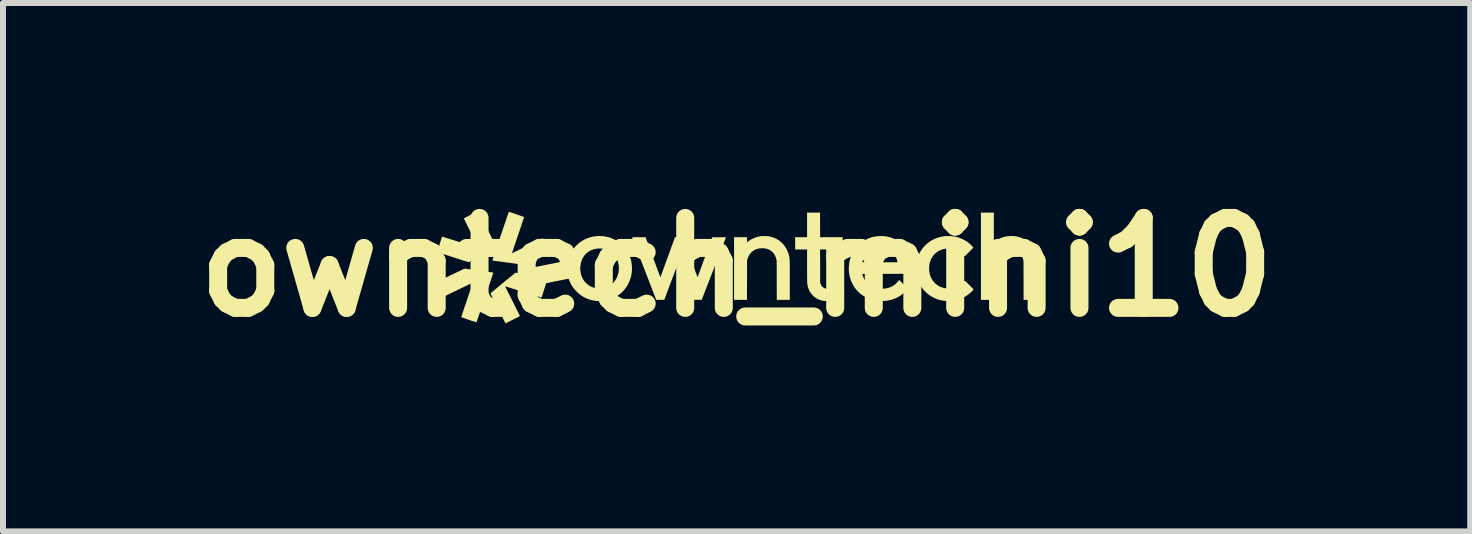
<source format=kicad_pcb>
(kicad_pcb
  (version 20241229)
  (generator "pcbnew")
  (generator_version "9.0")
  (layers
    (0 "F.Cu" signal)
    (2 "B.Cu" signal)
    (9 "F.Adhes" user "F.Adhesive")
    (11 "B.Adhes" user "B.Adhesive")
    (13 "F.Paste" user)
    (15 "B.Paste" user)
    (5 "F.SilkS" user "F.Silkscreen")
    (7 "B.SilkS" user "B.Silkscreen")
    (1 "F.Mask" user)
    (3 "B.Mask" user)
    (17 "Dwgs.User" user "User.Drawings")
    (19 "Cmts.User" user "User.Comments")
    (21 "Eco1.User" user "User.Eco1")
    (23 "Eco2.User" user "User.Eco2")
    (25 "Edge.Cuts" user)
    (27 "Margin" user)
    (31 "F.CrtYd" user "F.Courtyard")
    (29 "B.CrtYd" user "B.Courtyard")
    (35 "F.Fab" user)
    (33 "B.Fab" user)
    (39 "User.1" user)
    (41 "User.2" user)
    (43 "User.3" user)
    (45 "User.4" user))
  (footprint "owntech_mini10"
    (layer "F.Cu")
    (at 9.229 1.404)
    (property "Reference" "owntech_mini10" (at 0 0 0) (layer "F.SilkS") (effects (font (size 1.5 1.5) (thickness 0.3))))
    (attr board_only exclude_from_pos_files exclude_from_bom)
    (fp_poly (pts (xy 1.282 -0.91) (xy 1.39 -0.91) (xy 1.391 -0.705) (xy 1.391 -0.5) (xy 1.579 -0.5) (xy 1.767 -0.5) (xy 1.767 -0.398) (xy 1.767 -0.296) (xy 1.579 -0.296) (xy 1.391 -0.296) (xy 1.392 -0.022) (xy 1.392 0.251) (xy 1.396 0.266) (xy 1.404 0.288) (xy 1.413 0.306) (xy 1.425 0.322) (xy 1.439 0.335) (xy 1.456 0.345) (xy 1.474 0.353) (xy 1.479 0.354) (xy 1.501 0.358) (xy 1.524 0.359) (xy 1.548 0.357) (xy 1.57 0.352) (xy 1.591 0.345) (xy 1.599 0.341) (xy 1.613 0.334) (xy 1.625 0.325) (xy 1.638 0.314) (xy 1.651 0.3) (xy 1.652 0.3) (xy 1.658 0.294) (xy 1.663 0.288) (xy 1.667 0.284) (xy 1.669 0.283) (xy 1.669 0.283) (xy 1.67 0.284) (xy 1.674 0.288) (xy 1.679 0.294) (xy 1.686 0.303) (xy 1.695 0.313) (xy 1.704 0.324) (xy 1.715 0.337) (xy 1.726 0.351) (xy 1.731 0.356) (xy 1.743 0.37) (xy 1.754 0.384) (xy 1.764 0.396) (xy 1.773 0.407) (xy 1.781 0.417) (xy 1.787 0.424) (xy 1.791 0.43) (xy 1.794 0.433) (xy 1.794 0.433) (xy 1.795 0.434) (xy 1.795 0.436) (xy 1.794 0.438) (xy 1.791 0.442) (xy 1.786 0.447) (xy 1.78 0.454) (xy 1.777 0.456) (xy 1.751 0.481) (xy 1.724 0.502) (xy 1.696 0.52) (xy 1.667 0.535) (xy 1.637 0.546) (xy 1.605 0.555) (xy 1.571 0.561) (xy 1.565 0.562) (xy 1.557 0.563) (xy 1.546 0.563) (xy 1.534 0.563) (xy 1.52 0.564) (xy 1.506 0.563) (xy 1.492 0.563) (xy 1.479 0.563) (xy 1.469 0.562) (xy 1.461 0.562) (xy 1.46 0.562) (xy 1.425 0.556) (xy 1.391 0.546) (xy 1.36 0.534) (xy 1.331 0.519) (xy 1.303 0.501) (xy 1.278 0.48) (xy 1.256 0.457) (xy 1.236 0.432) (xy 1.218 0.404) (xy 1.204 0.374) (xy 1.192 0.342) (xy 1.183 0.308) (xy 1.181 0.296) (xy 1.18 0.29) (xy 1.179 0.285) (xy 1.178 0.28) (xy 1.178 0.274) (xy 1.177 0.268) (xy 1.177 0.261) (xy 1.176 0.253) (xy 1.176 0.244) (xy 1.175 0.234) (xy 1.175 0.222) (xy 1.175 0.209) (xy 1.175 0.194) (xy 1.175 0.176) (xy 1.174 0.157) (xy 1.174 0.135) (xy 1.174 0.11) (xy 1.174 0.082) (xy 1.174 0.052) (xy 1.174 0.018) (xy 1.174 -0.019) (xy 1.174 -0.027) (xy 1.174 -0.296) (xy 1.075 -0.296) (xy 0.975 -0.296) (xy 0.975 -0.398) (xy 0.975 -0.5) (xy 1.075 -0.5) (xy 1.174 -0.5) (xy 1.174 -0.705) (xy 1.174 -0.91)) (stroke (width 0) (type solid)) (fill yes) (layer "F.SilkS"))
    (fp_poly (pts (xy 0.485 -0.519) (xy 0.501 -0.518) (xy 0.514 -0.518) (xy 0.527 -0.516) (xy 0.54 -0.514) (xy 0.554 -0.511) (xy 0.569 -0.508) (xy 0.575 -0.506) (xy 0.611 -0.495) (xy 0.645 -0.481) (xy 0.678 -0.464) (xy 0.709 -0.444) (xy 0.738 -0.421) (xy 0.764 -0.395) (xy 0.789 -0.367) (xy 0.811 -0.337) (xy 0.83 -0.305) (xy 0.847 -0.271) (xy 0.861 -0.235) (xy 0.872 -0.198) (xy 0.879 -0.166) (xy 0.879 -0.161) (xy 0.88 -0.155) (xy 0.881 -0.15) (xy 0.882 -0.144) (xy 0.882 -0.138) (xy 0.883 -0.131) (xy 0.883 -0.123) (xy 0.884 -0.114) (xy 0.884 -0.104) (xy 0.884 -0.093) (xy 0.885 -0.08) (xy 0.885 -0.065) (xy 0.885 -0.049) (xy 0.885 -0.03) (xy 0.885 -0.01) (xy 0.886 0.014) (xy 0.886 0.039) (xy 0.886 0.068) (xy 0.886 0.099) (xy 0.886 0.134) (xy 0.886 0.171) (xy 0.886 0.213) (xy 0.886 0.225) (xy 0.886 0.544) (xy 0.777 0.544) (xy 0.669 0.544) (xy 0.668 0.221) (xy 0.668 0.181) (xy 0.668 0.144) (xy 0.668 0.111) (xy 0.668 0.081) (xy 0.668 0.053) (xy 0.668 0.029) (xy 0.668 0.007) (xy 0.668 -0.013) (xy 0.667 -0.03) (xy 0.667 -0.045) (xy 0.667 -0.058) (xy 0.667 -0.069) (xy 0.667 -0.078) (xy 0.667 -0.087) (xy 0.667 -0.093) (xy 0.666 -0.099) (xy 0.666 -0.104) (xy 0.666 -0.108) (xy 0.665 -0.111) (xy 0.665 -0.114) (xy 0.665 -0.117) (xy 0.664 -0.119) (xy 0.664 -0.121) (xy 0.656 -0.152) (xy 0.646 -0.18) (xy 0.633 -0.206) (xy 0.618 -0.229) (xy 0.6 -0.25) (xy 0.579 -0.268) (xy 0.557 -0.284) (xy 0.532 -0.296) (xy 0.505 -0.306) (xy 0.475 -0.312) (xy 0.472 -0.313) (xy 0.462 -0.314) (xy 0.448 -0.315) (xy 0.434 -0.316) (xy 0.419 -0.316) (xy 0.405 -0.315) (xy 0.393 -0.315) (xy 0.386 -0.314) (xy 0.355 -0.308) (xy 0.326 -0.299) (xy 0.299 -0.287) (xy 0.275 -0.272) (xy 0.252 -0.254) (xy 0.232 -0.234) (xy 0.215 -0.212) (xy 0.2 -0.186) (xy 0.188 -0.159) (xy 0.179 -0.129) (xy 0.178 -0.123) (xy 0.173 -0.105) (xy 0.173 0.219) (xy 0.172 0.544) (xy 0.065 0.544) (xy -0.043 0.544) (xy -0.043 0.022) (xy -0.043 -0.5) (xy 0.065 -0.5) (xy 0.172 -0.5) (xy 0.172 -0.457) (xy 0.172 -0.414) (xy 0.185 -0.425) (xy 0.209 -0.443) (xy 0.236 -0.46) (xy 0.264 -0.475) (xy 0.295 -0.488) (xy 0.326 -0.499) (xy 0.357 -0.508) (xy 0.365 -0.51) (xy 0.38 -0.513) (xy 0.393 -0.515) (xy 0.405 -0.517) (xy 0.417 -0.518) (xy 0.431 -0.519) (xy 0.445 -0.519) (xy 0.463 -0.519) (xy 0.466 -0.519)) (stroke (width 0) (type solid)) (fill yes) (layer "F.SilkS"))
    (fp_poly (pts (xy 4.287 -0.662) (xy 4.287 -0.414) (xy 4.3 -0.425) (xy 4.323 -0.443) (xy 4.349 -0.459) (xy 4.377 -0.474) (xy 4.406 -0.488) (xy 4.436 -0.499) (xy 4.465 -0.507) (xy 4.473 -0.509) (xy 4.512 -0.515) (xy 4.552 -0.519) (xy 4.592 -0.52) (xy 4.631 -0.517) (xy 4.665 -0.513) (xy 4.702 -0.504) (xy 4.738 -0.492) (xy 4.773 -0.477) (xy 4.805 -0.46) (xy 4.835 -0.439) (xy 4.863 -0.416) (xy 4.889 -0.39) (xy 4.913 -0.362) (xy 4.934 -0.331) (xy 4.952 -0.299) (xy 4.968 -0.264) (xy 4.98 -0.227) (xy 4.989 -0.191) (xy 4.991 -0.185) (xy 4.992 -0.18) (xy 4.993 -0.175) (xy 4.993 -0.17) (xy 4.994 -0.166) (xy 4.995 -0.161) (xy 4.996 -0.155) (xy 4.996 -0.15) (xy 4.997 -0.143) (xy 4.997 -0.136) (xy 4.998 -0.127) (xy 4.998 -0.118) (xy 4.998 -0.107) (xy 4.999 -0.094) (xy 4.999 -0.08) (xy 4.999 -0.064) (xy 4.999 -0.045) (xy 4.999 -0.025) (xy 4.999 -0.002) (xy 4.999 0.024) (xy 4.999 0.052) (xy 5 0.083) (xy 5 0.118) (xy 5 0.155) (xy 5 0.196) (xy 5 0.206) (xy 5 0.544) (xy 4.892 0.544) (xy 4.783 0.544) (xy 4.783 0.22) (xy 4.783 0.18) (xy 4.782 0.143) (xy 4.782 0.109) (xy 4.782 0.078) (xy 4.782 0.051) (xy 4.782 0.026) (xy 4.782 0.004) (xy 4.782 -0.016) (xy 4.782 -0.033) (xy 4.782 -0.048) (xy 4.782 -0.061) (xy 4.781 -0.073) (xy 4.781 -0.082) (xy 4.781 -0.09) (xy 4.781 -0.097) (xy 4.781 -0.103) (xy 4.78 -0.107) (xy 4.78 -0.111) (xy 4.78 -0.114) (xy 4.779 -0.117) (xy 4.779 -0.119) (xy 4.771 -0.15) (xy 4.761 -0.179) (xy 4.748 -0.205) (xy 4.734 -0.228) (xy 4.716 -0.249) (xy 4.696 -0.266) (xy 4.674 -0.282) (xy 4.656 -0.291) (xy 4.634 -0.301) (xy 4.613 -0.308) (xy 4.59 -0.312) (xy 4.566 -0.315) (xy 4.541 -0.316) (xy 4.509 -0.314) (xy 4.48 -0.31) (xy 4.452 -0.303) (xy 4.426 -0.292) (xy 4.4 -0.279) (xy 4.393 -0.275) (xy 4.382 -0.266) (xy 4.37 -0.256) (xy 4.357 -0.244) (xy 4.345 -0.231) (xy 4.335 -0.219) (xy 4.327 -0.208) (xy 4.325 -0.206) (xy 4.312 -0.181) (xy 4.301 -0.153) (xy 4.293 -0.125) (xy 4.289 -0.099) (xy 4.289 -0.095) (xy 4.288 -0.089) (xy 4.288 -0.079) (xy 4.288 -0.065) (xy 4.288 -0.049) (xy 4.287 -0.03) (xy 4.287 -0.007) (xy 4.287 0.019) (xy 4.287 0.048) (xy 4.287 0.081) (xy 4.287 0.117) (xy 4.287 0.157) (xy 4.287 0.2) (xy 4.287 0.23) (xy 4.287 0.544) (xy 4.179 0.544) (xy 4.072 0.544) (xy 4.072 -0.183) (xy 4.072 -0.91) (xy 4.179 -0.91) (xy 4.287 -0.91)) (stroke (width 0) (type solid)) (fill yes) (layer "F.SilkS"))
    (fp_poly (pts (xy -2.248 -0.519) (xy -2.204 -0.514) (xy -2.162 -0.506) (xy -2.12 -0.495) (xy -2.112 -0.493) (xy -2.071 -0.477) (xy -2.031 -0.459) (xy -1.994 -0.437) (xy -1.959 -0.413) (xy -1.926 -0.387) (xy -1.895 -0.358) (xy -1.867 -0.326) (xy -1.841 -0.293) (xy -1.818 -0.257) (xy -1.798 -0.22) (xy -1.781 -0.181) (xy -1.767 -0.14) (xy -1.756 -0.098) (xy -1.753 -0.078) (xy -1.748 -0.04) (xy -1.745 0.001) (xy -1.745 0.041) (xy -1.748 0.082) (xy -1.753 0.121) (xy -1.755 0.131) (xy -1.766 0.175) (xy -1.78 0.217) (xy -1.797 0.257) (xy -1.816 0.295) (xy -1.839 0.332) (xy -1.865 0.367) (xy -1.893 0.399) (xy -1.925 0.429) (xy -1.958 0.457) (xy -1.983 0.474) (xy -2.02 0.497) (xy -2.059 0.517) (xy -2.1 0.533) (xy -2.142 0.546) (xy -2.186 0.556) (xy -2.231 0.562) (xy -2.232 0.562) (xy -2.242 0.563) (xy -2.254 0.563) (xy -2.268 0.563) (xy -2.283 0.564) (xy -2.299 0.563) (xy -2.314 0.563) (xy -2.327 0.563) (xy -2.338 0.562) (xy -2.344 0.562) (xy -2.387 0.555) (xy -2.429 0.546) (xy -2.47 0.533) (xy -2.51 0.517) (xy -2.548 0.498) (xy -2.584 0.476) (xy -2.619 0.451) (xy -2.651 0.423) (xy -2.681 0.393) (xy -2.709 0.361) (xy -2.735 0.326) (xy -2.757 0.289) (xy -2.777 0.25) (xy -2.789 0.222) (xy -2.8 0.193) (xy -2.808 0.165) (xy -2.815 0.137) (xy -2.821 0.106) (xy -2.822 0.099) (xy -2.824 0.085) (xy -2.825 0.067) (xy -2.826 0.047) (xy -2.827 0.027) (xy -2.827 0.023) (xy -2.607 0.023) (xy -2.605 0.057) (xy -2.6 0.092) (xy -2.592 0.126) (xy -2.581 0.158) (xy -2.569 0.184) (xy -2.553 0.212) (xy -2.535 0.237) (xy -2.513 0.261) (xy -2.49 0.283) (xy -2.464 0.303) (xy -2.44 0.317) (xy -2.422 0.326) (xy -2.401 0.334) (xy -2.38 0.341) (xy -2.358 0.347) (xy -2.337 0.351) (xy -2.332 0.352) (xy -2.323 0.353) (xy -2.311 0.353) (xy -2.298 0.354) (xy -2.284 0.354) (xy -2.27 0.354) (xy -2.258 0.353) (xy -2.247 0.353) (xy -2.243 0.352) (xy -2.229 0.35) (xy -2.212 0.346) (xy -2.195 0.342) (xy -2.179 0.337) (xy -2.165 0.332) (xy -2.164 0.332) (xy -2.134 0.318) (xy -2.106 0.301) (xy -2.079 0.281) (xy -2.056 0.259) (xy -2.034 0.234) (xy -2.015 0.206) (xy -2.002 0.182) (xy -1.988 0.152) (xy -1.978 0.121) (xy -1.97 0.09) (xy -1.965 0.056) (xy -1.964 0.044) (xy -1.963 0.008) (xy -1.966 -0.028) (xy -1.972 -0.063) (xy -1.981 -0.096) (xy -1.994 -0.129) (xy -2 -0.14) (xy -2.016 -0.17) (xy -2.036 -0.197) (xy -2.057 -0.221) (xy -2.081 -0.243) (xy -2.108 -0.261) (xy -2.136 -0.278) (xy -2.166 -0.291) (xy -2.197 -0.301) (xy -2.23 -0.308) (xy -2.265 -0.311) (xy -2.286 -0.312) (xy -2.321 -0.31) (xy -2.355 -0.305) (xy -2.387 -0.297) (xy -2.418 -0.286) (xy -2.447 -0.272) (xy -2.475 -0.255) (xy -2.5 -0.235) (xy -2.523 -0.213) (xy -2.543 -0.188) (xy -2.561 -0.16) (xy -2.57 -0.143) (xy -2.584 -0.112) (xy -2.594 -0.08) (xy -2.601 -0.046) (xy -2.606 -0.012) (xy -2.607 0.023) (xy -2.827 0.023) (xy -2.827 0.007) (xy -2.827 -0.012) (xy -2.826 -0.03) (xy -2.825 -0.042) (xy -2.818 -0.086) (xy -2.808 -0.129) (xy -2.794 -0.171) (xy -2.778 -0.211) (xy -2.758 -0.25) (xy -2.735 -0.287) (xy -2.709 -0.322) (xy -2.681 -0.354) (xy -2.672 -0.363) (xy -2.64 -0.393) (xy -2.606 -0.419) (xy -2.569 -0.443) (xy -2.531 -0.464) (xy -2.491 -0.482) (xy -2.45 -0.496) (xy -2.407 -0.507) (xy -2.378 -0.513) (xy -2.335 -0.518) (xy -2.291 -0.52)) (stroke (width 0) (type solid)) (fill yes) (layer "F.SilkS"))
    (fp_poly (pts (xy 2.434 -0.519) (xy 2.477 -0.515) (xy 2.519 -0.508) (xy 2.56 -0.498) (xy 2.599 -0.484) (xy 2.636 -0.467) (xy 2.672 -0.447) (xy 2.684 -0.439) (xy 2.717 -0.415) (xy 2.747 -0.388) (xy 2.775 -0.359) (xy 2.8 -0.328) (xy 2.823 -0.294) (xy 2.843 -0.258) (xy 2.86 -0.22) (xy 2.874 -0.181) (xy 2.884 -0.14) (xy 2.892 -0.097) (xy 2.894 -0.086) (xy 2.896 -0.065) (xy 2.897 -0.046) (xy 2.898 -0.027) (xy 2.898 -0.009) (xy 2.897 0.011) (xy 2.894 0.032) (xy 2.891 0.055) (xy 2.888 0.08) (xy 2.883 0.11) (xy 2.488 0.111) (xy 2.094 0.111) (xy 2.096 0.119) (xy 2.099 0.133) (xy 2.105 0.148) (xy 2.111 0.165) (xy 2.118 0.181) (xy 2.123 0.192) (xy 2.14 0.22) (xy 2.159 0.246) (xy 2.18 0.27) (xy 2.204 0.291) (xy 2.231 0.309) (xy 2.26 0.324) (xy 2.291 0.337) (xy 2.324 0.347) (xy 2.359 0.354) (xy 2.371 0.356) (xy 2.381 0.357) (xy 2.394 0.358) (xy 2.408 0.358) (xy 2.423 0.358) (xy 2.437 0.358) (xy 2.451 0.358) (xy 2.463 0.357) (xy 2.471 0.356) (xy 2.507 0.35) (xy 2.539 0.341) (xy 2.57 0.329) (xy 2.598 0.315) (xy 2.625 0.298) (xy 2.65 0.278) (xy 2.674 0.255) (xy 2.69 0.237) (xy 2.71 0.213) (xy 2.781 0.286) (xy 2.852 0.358) (xy 2.841 0.372) (xy 2.812 0.405) (xy 2.781 0.434) (xy 2.747 0.461) (xy 2.712 0.485) (xy 2.674 0.506) (xy 2.635 0.523) (xy 2.593 0.538) (xy 2.549 0.55) (xy 2.503 0.559) (xy 2.5 0.559) (xy 2.494 0.56) (xy 2.484 0.561) (xy 2.472 0.561) (xy 2.459 0.562) (xy 2.444 0.562) (xy 2.429 0.563) (xy 2.414 0.563) (xy 2.4 0.563) (xy 2.387 0.563) (xy 2.376 0.563) (xy 2.368 0.563) (xy 2.365 0.563) (xy 2.318 0.556) (xy 2.273 0.547) (xy 2.23 0.534) (xy 2.189 0.518) (xy 2.15 0.499) (xy 2.112 0.478) (xy 2.077 0.453) (xy 2.044 0.426) (xy 2.013 0.396) (xy 1.985 0.363) (xy 1.965 0.336) (xy 1.942 0.3) (xy 1.923 0.263) (xy 1.906 0.224) (xy 1.893 0.184) (xy 1.882 0.143) (xy 1.875 0.101) (xy 1.87 0.059) (xy 1.869 0.016) (xy 1.871 -0.026) (xy 1.876 -0.068) (xy 1.879 -0.085) (xy 2.096 -0.085) (xy 2.096 -0.085) (xy 2.096 -0.085) (xy 2.097 -0.084) (xy 2.099 -0.084) (xy 2.102 -0.084) (xy 2.105 -0.083) (xy 2.11 -0.083) (xy 2.116 -0.083) (xy 2.124 -0.083) (xy 2.134 -0.083) (xy 2.145 -0.082) (xy 2.158 -0.082) (xy 2.174 -0.082) (xy 2.192 -0.082) (xy 2.212 -0.082) (xy 2.235 -0.082) (xy 2.261 -0.082) (xy 2.29 -0.082) (xy 2.323 -0.082) (xy 2.358 -0.082) (xy 2.389 -0.082) (xy 2.682 -0.082) (xy 2.68 -0.088) (xy 2.672 -0.122) (xy 2.662 -0.153) (xy 2.648 -0.182) (xy 2.633 -0.208) (xy 2.615 -0.231) (xy 2.594 -0.252) (xy 2.579 -0.265) (xy 2.556 -0.279) (xy 2.531 -0.292) (xy 2.504 -0.302) (xy 2.475 -0.309) (xy 2.448 -0.314) (xy 2.438 -0.315) (xy 2.425 -0.315) (xy 2.411 -0.316) (xy 2.396 -0.316) (xy 2.382 -0.315) (xy 2.369 -0.315) (xy 2.358 -0.314) (xy 2.356 -0.314) (xy 2.322 -0.308) (xy 2.29 -0.299) (xy 2.259 -0.287) (xy 2.231 -0.272) (xy 2.204 -0.255) (xy 2.18 -0.235) (xy 2.159 -0.212) (xy 2.14 -0.186) (xy 2.123 -0.158) (xy 2.119 -0.15) (xy 2.116 -0.142) (xy 2.112 -0.133) (xy 2.108 -0.123) (xy 2.104 -0.113) (xy 2.1 -0.103) (xy 2.098 -0.095) (xy 2.096 -0.088) (xy 2.096 -0.085) (xy 1.879 -0.085) (xy 1.884 -0.11) (xy 1.895 -0.151) (xy 1.909 -0.191) (xy 1.926 -0.229) (xy 1.947 -0.266) (xy 1.952 -0.274) (xy 1.977 -0.311) (xy 2.005 -0.344) (xy 2.035 -0.375) (xy 2.067 -0.403) (xy 2.101 -0.428) (xy 2.138 -0.451) (xy 2.169 -0.467) (xy 2.207 -0.484) (xy 2.245 -0.497) (xy 2.285 -0.507) (xy 2.325 -0.514) (xy 2.367 -0.518) (xy 2.389 -0.519)) (stroke (width 0) (type solid)) (fill yes) (layer "F.SilkS"))
    (fp_poly (pts (xy -3.682 0.09) (xy -3.677 0.092) (xy -3.668 0.094) (xy -3.657 0.098) (xy -3.644 0.102) (xy -3.628 0.107) (xy -3.61 0.112) (xy -3.591 0.118) (xy -3.57 0.125) (xy -3.547 0.132) (xy -3.523 0.139) (xy -3.499 0.147) (xy -3.473 0.154) (xy -3.448 0.162) (xy -3.422 0.17) (xy -3.396 0.178) (xy -3.37 0.186) (xy -3.345 0.194) (xy -3.321 0.202) (xy -3.298 0.209) (xy -3.275 0.216) (xy -3.255 0.222) (xy -3.236 0.228) (xy -3.219 0.234) (xy -3.204 0.238) (xy -3.192 0.242) (xy -3.182 0.245) (xy -3.175 0.248) (xy -3.171 0.249) (xy -3.171 0.249) (xy -3.171 0.251) (xy -3.172 0.256) (xy -3.175 0.264) (xy -3.178 0.274) (xy -3.182 0.286) (xy -3.186 0.3) (xy -3.191 0.316) (xy -3.196 0.333) (xy -3.202 0.351) (xy -3.208 0.369) (xy -3.213 0.387) (xy -3.219 0.405) (xy -3.225 0.423) (xy -3.23 0.44) (xy -3.235 0.456) (xy -3.24 0.47) (xy -3.244 0.482) (xy -3.248 0.493) (xy -3.25 0.5) (xy -3.252 0.505) (xy -3.253 0.507) (xy -3.253 0.507) (xy -3.255 0.507) (xy -3.26 0.505) (xy -3.268 0.503) (xy -3.279 0.499) (xy -3.293 0.495) (xy -3.31 0.49) (xy -3.329 0.484) (xy -3.35 0.477) (xy -3.374 0.47) (xy -3.399 0.462) (xy -3.426 0.453) (xy -3.454 0.444) (xy -3.484 0.435) (xy -3.515 0.425) (xy -3.547 0.415) (xy -3.556 0.412) (xy -3.589 0.402) (xy -3.62 0.392) (xy -3.65 0.383) (xy -3.679 0.374) (xy -3.706 0.365) (xy -3.732 0.357) (xy -3.756 0.35) (xy -3.777 0.343) (xy -3.797 0.337) (xy -3.814 0.332) (xy -3.829 0.327) (xy -3.841 0.324) (xy -3.85 0.321) (xy -3.856 0.319) (xy -3.859 0.318) (xy -3.859 0.318) (xy -3.859 0.32) (xy -3.856 0.325) (xy -3.853 0.332) (xy -3.848 0.343) (xy -3.841 0.356) (xy -3.834 0.371) (xy -3.825 0.389) (xy -3.815 0.408) (xy -3.804 0.429) (xy -3.793 0.452) (xy -3.781 0.477) (xy -3.768 0.503) (xy -3.754 0.53) (xy -3.74 0.557) (xy -3.736 0.566) (xy -3.722 0.594) (xy -3.708 0.621) (xy -3.695 0.647) (xy -3.682 0.672) (xy -3.671 0.696) (xy -3.66 0.717) (xy -3.65 0.738) (xy -3.641 0.756) (xy -3.633 0.772) (xy -3.626 0.785) (xy -3.62 0.797) (xy -3.616 0.805) (xy -3.613 0.811) (xy -3.612 0.814) (xy -3.612 0.814) (xy -3.613 0.815) (xy -3.618 0.817) (xy -3.625 0.821) (xy -3.635 0.826) (xy -3.646 0.832) (xy -3.659 0.838) (xy -3.674 0.846) (xy -3.69 0.854) (xy -3.706 0.862) (xy -3.723 0.871) (xy -3.74 0.88) (xy -3.757 0.888) (xy -3.774 0.897) (xy -3.79 0.905) (xy -3.804 0.912) (xy -3.818 0.919) (xy -3.829 0.925) (xy -3.839 0.929) (xy -3.846 0.933) (xy -3.851 0.935) (xy -3.853 0.936) (xy -3.854 0.934) (xy -3.856 0.93) (xy -3.86 0.922) (xy -3.865 0.912) (xy -3.872 0.899) (xy -3.88 0.884) (xy -3.888 0.866) (xy -3.898 0.847) (xy -3.909 0.825) (xy -3.921 0.802) (xy -3.933 0.778) (xy -3.946 0.752) (xy -3.96 0.725) (xy -3.974 0.697) (xy -3.979 0.687) (xy -3.998 0.649) (xy -4.016 0.614) (xy -4.032 0.582) (xy -4.046 0.554) (xy -4.058 0.528) (xy -4.069 0.506) (xy -4.079 0.487) (xy -4.087 0.471) (xy -4.093 0.458) (xy -4.098 0.448) (xy -4.101 0.44) (xy -4.103 0.436) (xy -4.103 0.435) (xy -4.102 0.433) (xy -4.097 0.43) (xy -4.091 0.424) (xy -4.082 0.417) (xy -4.071 0.408) (xy -4.058 0.397) (xy -4.044 0.385) (xy -4.028 0.372) (xy -4.01 0.358) (xy -3.992 0.342) (xy -3.973 0.327) (xy -3.952 0.31) (xy -3.932 0.293) (xy -3.911 0.276) (xy -3.89 0.258) (xy -3.869 0.241) (xy -3.848 0.224) (xy -3.827 0.207) (xy -3.808 0.191) (xy -3.789 0.175) (xy -3.77 0.161) (xy -3.754 0.147) (xy -3.738 0.134) (xy -3.724 0.123) (xy -3.712 0.113) (xy -3.702 0.104) (xy -3.693 0.098) (xy -3.688 0.093) (xy -3.684 0.091) (xy -3.683 0.09)) (stroke (width 0) (type solid)) (fill yes) (layer "F.SilkS"))
    (fp_poly (pts (xy -4.306 -0.933) (xy -4.306 -0.933) (xy -4.305 -0.931) (xy -4.302 -0.926) (xy -4.298 -0.918) (xy -4.293 -0.908) (xy -4.286 -0.895) (xy -4.279 -0.88) (xy -4.27 -0.863) (xy -4.261 -0.845) (xy -4.25 -0.825) (xy -4.24 -0.803) (xy -4.228 -0.78) (xy -4.216 -0.757) (xy -4.204 -0.733) (xy -4.192 -0.708) (xy -4.179 -0.683) (xy -4.167 -0.658) (xy -4.154 -0.633) (xy -4.142 -0.609) (xy -4.13 -0.585) (xy -4.118 -0.562) (xy -4.107 -0.54) (xy -4.097 -0.519) (xy -4.087 -0.5) (xy -4.078 -0.482) (xy -4.07 -0.467) (xy -4.064 -0.453) (xy -4.058 -0.442) (xy -4.054 -0.433) (xy -4.051 -0.427) (xy -4.049 -0.424) (xy -4.049 -0.423) (xy -4.05 -0.422) (xy -4.054 -0.419) (xy -4.061 -0.413) (xy -4.07 -0.406) (xy -4.081 -0.396) (xy -4.094 -0.385) (xy -4.109 -0.373) (xy -4.125 -0.359) (xy -4.144 -0.344) (xy -4.163 -0.327) (xy -4.184 -0.31) (xy -4.206 -0.292) (xy -4.229 -0.272) (xy -4.253 -0.253) (xy -4.253 -0.252) (xy -4.28 -0.23) (xy -4.306 -0.208) (xy -4.33 -0.188) (xy -4.353 -0.17) (xy -4.373 -0.153) (xy -4.392 -0.137) (xy -4.409 -0.124) (xy -4.423 -0.112) (xy -4.436 -0.102) (xy -4.446 -0.094) (xy -4.454 -0.088) (xy -4.459 -0.084) (xy -4.461 -0.082) (xy -4.461 -0.082) (xy -4.463 -0.083) (xy -4.469 -0.084) (xy -4.477 -0.087) (xy -4.489 -0.091) (xy -4.503 -0.095) (xy -4.519 -0.1) (xy -4.538 -0.106) (xy -4.559 -0.113) (xy -4.582 -0.12) (xy -4.607 -0.128) (xy -4.633 -0.137) (xy -4.661 -0.145) (xy -4.69 -0.155) (xy -4.719 -0.164) (xy -4.727 -0.167) (xy -4.757 -0.176) (xy -4.786 -0.186) (xy -4.814 -0.195) (xy -4.841 -0.203) (xy -4.866 -0.211) (xy -4.889 -0.219) (xy -4.91 -0.226) (xy -4.929 -0.232) (xy -4.946 -0.238) (xy -4.961 -0.243) (xy -4.973 -0.247) (xy -4.982 -0.25) (xy -4.988 -0.252) (xy -4.99 -0.253) (xy -4.991 -0.253) (xy -4.99 -0.255) (xy -4.989 -0.26) (xy -4.986 -0.268) (xy -4.983 -0.278) (xy -4.979 -0.29) (xy -4.975 -0.305) (xy -4.97 -0.321) (xy -4.965 -0.337) (xy -4.959 -0.355) (xy -4.954 -0.373) (xy -4.948 -0.392) (xy -4.942 -0.41) (xy -4.937 -0.428) (xy -4.931 -0.444) (xy -4.927 -0.46) (xy -4.922 -0.474) (xy -4.918 -0.486) (xy -4.915 -0.496) (xy -4.913 -0.504) (xy -4.911 -0.509) (xy -4.91 -0.51) (xy -4.909 -0.51) (xy -4.904 -0.508) (xy -4.895 -0.506) (xy -4.884 -0.502) (xy -4.87 -0.498) (xy -4.854 -0.493) (xy -4.835 -0.487) (xy -4.814 -0.48) (xy -4.79 -0.473) (xy -4.765 -0.465) (xy -4.738 -0.457) (xy -4.71 -0.448) (xy -4.68 -0.438) (xy -4.649 -0.429) (xy -4.617 -0.419) (xy -4.605 -0.415) (xy -4.573 -0.405) (xy -4.542 -0.395) (xy -4.511 -0.386) (xy -4.483 -0.377) (xy -4.455 -0.368) (xy -4.429 -0.36) (xy -4.405 -0.352) (xy -4.383 -0.345) (xy -4.364 -0.339) (xy -4.346 -0.334) (xy -4.331 -0.329) (xy -4.319 -0.326) (xy -4.31 -0.323) (xy -4.304 -0.321) (xy -4.301 -0.32) (xy -4.301 -0.32) (xy -4.301 -0.321) (xy -4.304 -0.326) (xy -4.307 -0.334) (xy -4.313 -0.344) (xy -4.319 -0.357) (xy -4.327 -0.372) (xy -4.336 -0.39) (xy -4.345 -0.409) (xy -4.356 -0.431) (xy -4.368 -0.454) (xy -4.38 -0.478) (xy -4.393 -0.504) (xy -4.406 -0.531) (xy -4.42 -0.558) (xy -4.424 -0.566) (xy -4.438 -0.594) (xy -4.452 -0.621) (xy -4.465 -0.647) (xy -4.477 -0.672) (xy -4.489 -0.695) (xy -4.5 -0.717) (xy -4.51 -0.737) (xy -4.519 -0.755) (xy -4.527 -0.771) (xy -4.534 -0.785) (xy -4.54 -0.796) (xy -4.544 -0.805) (xy -4.546 -0.81) (xy -4.548 -0.813) (xy -4.548 -0.813) (xy -4.546 -0.814) (xy -4.542 -0.817) (xy -4.534 -0.821) (xy -4.524 -0.826) (xy -4.512 -0.833) (xy -4.498 -0.84) (xy -4.482 -0.848) (xy -4.465 -0.857) (xy -4.447 -0.866) (xy -4.428 -0.876) (xy -4.405 -0.887) (xy -4.386 -0.897) (xy -4.369 -0.906) (xy -4.354 -0.913) (xy -4.343 -0.919) (xy -4.333 -0.923) (xy -4.325 -0.927) (xy -4.319 -0.93) (xy -4.314 -0.932) (xy -4.311 -0.933) (xy -4.309 -0.934) (xy -4.307 -0.934)) (stroke (width 0) (type solid)) (fill yes) (layer "F.SilkS"))
    (fp_poly (pts (xy -4.533 0.024) (xy -4.527 0.025) (xy -4.518 0.026) (xy -4.506 0.027) (xy -4.492 0.029) (xy -4.474 0.032) (xy -4.455 0.034) (xy -4.433 0.037) (xy -4.41 0.04) (xy -4.385 0.044) (xy -4.358 0.047) (xy -4.33 0.051) (xy -4.301 0.055) (xy -4.293 0.056) (xy -4.258 0.061) (xy -4.226 0.066) (xy -4.198 0.069) (xy -4.172 0.073) (xy -4.15 0.076) (xy -4.13 0.079) (xy -4.113 0.081) (xy -4.099 0.083) (xy -4.087 0.085) (xy -4.077 0.087) (xy -4.07 0.088) (xy -4.064 0.089) (xy -4.06 0.09) (xy -4.057 0.091) (xy -4.056 0.091) (xy -4.056 0.091) (xy -4.057 0.094) (xy -4.059 0.099) (xy -4.061 0.108) (xy -4.065 0.119) (xy -4.07 0.133) (xy -4.075 0.15) (xy -4.082 0.169) (xy -4.089 0.19) (xy -4.096 0.213) (xy -4.105 0.238) (xy -4.114 0.264) (xy -4.123 0.292) (xy -4.133 0.321) (xy -4.143 0.351) (xy -4.154 0.382) (xy -4.164 0.414) (xy -4.175 0.446) (xy -4.186 0.479) (xy -4.197 0.512) (xy -4.209 0.544) (xy -4.22 0.577) (xy -4.23 0.609) (xy -4.241 0.641) (xy -4.252 0.671) (xy -4.262 0.701) (xy -4.272 0.73) (xy -4.281 0.757) (xy -4.29 0.783) (xy -4.298 0.807) (xy -4.306 0.83) (xy -4.313 0.85) (xy -4.319 0.868) (xy -4.324 0.884) (xy -4.329 0.897) (xy -4.332 0.907) (xy -4.335 0.914) (xy -4.337 0.918) (xy -4.337 0.919) (xy -4.339 0.919) (xy -4.344 0.917) (xy -4.352 0.915) (xy -4.363 0.911) (xy -4.376 0.907) (xy -4.391 0.902) (xy -4.408 0.896) (xy -4.426 0.89) (xy -4.446 0.883) (xy -4.465 0.877) (xy -4.485 0.87) (xy -4.505 0.863) (xy -4.523 0.857) (xy -4.539 0.851) (xy -4.554 0.846) (xy -4.567 0.842) (xy -4.577 0.838) (xy -4.585 0.835) (xy -4.59 0.834) (xy -4.591 0.833) (xy -4.591 0.831) (xy -4.589 0.826) (xy -4.586 0.818) (xy -4.583 0.807) (xy -4.578 0.793) (xy -4.573 0.777) (xy -4.567 0.758) (xy -4.56 0.737) (xy -4.552 0.714) (xy -4.544 0.689) (xy -4.535 0.663) (xy -4.525 0.635) (xy -4.515 0.606) (xy -4.505 0.575) (xy -4.495 0.545) (xy -4.485 0.514) (xy -4.474 0.484) (xy -4.464 0.455) (xy -4.455 0.427) (xy -4.446 0.4) (xy -4.438 0.376) (xy -4.43 0.353) (xy -4.423 0.332) (xy -4.417 0.313) (xy -4.412 0.297) (xy -4.407 0.283) (xy -4.403 0.272) (xy -4.401 0.264) (xy -4.399 0.259) (xy -4.399 0.258) (xy -4.4 0.259) (xy -4.405 0.261) (xy -4.413 0.264) (xy -4.423 0.269) (xy -4.436 0.276) (xy -4.452 0.283) (xy -4.469 0.291) (xy -4.489 0.301) (xy -4.51 0.311) (xy -4.533 0.322) (xy -4.558 0.334) (xy -4.583 0.346) (xy -4.61 0.359) (xy -4.638 0.373) (xy -4.639 0.373) (xy -4.666 0.387) (xy -4.693 0.4) (xy -4.719 0.412) (xy -4.744 0.424) (xy -4.767 0.435) (xy -4.788 0.445) (xy -4.808 0.455) (xy -4.826 0.464) (xy -4.841 0.471) (xy -4.854 0.477) (xy -4.865 0.482) (xy -4.873 0.486) (xy -4.878 0.489) (xy -4.88 0.489) (xy -4.88 0.489) (xy -4.881 0.488) (xy -4.883 0.483) (xy -4.887 0.476) (xy -4.892 0.467) (xy -4.898 0.455) (xy -4.904 0.442) (xy -4.912 0.427) (xy -4.919 0.411) (xy -4.928 0.395) (xy -4.936 0.378) (xy -4.945 0.361) (xy -4.953 0.343) (xy -4.961 0.327) (xy -4.969 0.311) (xy -4.976 0.296) (xy -4.983 0.283) (xy -4.988 0.271) (xy -4.993 0.261) (xy -4.996 0.254) (xy -4.998 0.249) (xy -4.999 0.248) (xy -4.997 0.247) (xy -4.993 0.244) (xy -4.985 0.24) (xy -4.975 0.235) (xy -4.963 0.229) (xy -4.948 0.222) (xy -4.932 0.214) (xy -4.913 0.205) (xy -4.894 0.195) (xy -4.873 0.185) (xy -4.851 0.174) (xy -4.828 0.163) (xy -4.804 0.152) (xy -4.781 0.14) (xy -4.757 0.129) (xy -4.733 0.117) (xy -4.709 0.106) (xy -4.686 0.095) (xy -4.664 0.084) (xy -4.643 0.074) (xy -4.623 0.065) (xy -4.605 0.056) (xy -4.588 0.048) (xy -4.573 0.041) (xy -4.56 0.035) (xy -4.55 0.03) (xy -4.542 0.027) (xy -4.537 0.024) (xy -4.535 0.024)) (stroke (width 0) (type solid)) (fill yes) (layer "F.SilkS"))
    (fp_poly (pts (xy 3.553 -0.519) (xy 3.569 -0.519) (xy 3.583 -0.518) (xy 3.595 -0.517) (xy 3.595 -0.517) (xy 3.641 -0.509) (xy 3.684 -0.499) (xy 3.726 -0.485) (xy 3.766 -0.468) (xy 3.805 -0.448) (xy 3.842 -0.424) (xy 3.865 -0.407) (xy 3.873 -0.401) (xy 3.882 -0.392) (xy 3.893 -0.383) (xy 3.904 -0.372) (xy 3.914 -0.362) (xy 3.924 -0.352) (xy 3.933 -0.343) (xy 3.939 -0.336) (xy 3.939 -0.335) (xy 3.946 -0.327) (xy 3.874 -0.254) (xy 3.861 -0.24) (xy 3.849 -0.227) (xy 3.837 -0.216) (xy 3.827 -0.205) (xy 3.818 -0.197) (xy 3.811 -0.189) (xy 3.805 -0.184) (xy 3.802 -0.181) (xy 3.802 -0.181) (xy 3.8 -0.182) (xy 3.797 -0.186) (xy 3.792 -0.191) (xy 3.791 -0.193) (xy 3.781 -0.203) (xy 3.77 -0.215) (xy 3.758 -0.226) (xy 3.746 -0.237) (xy 3.735 -0.247) (xy 3.725 -0.254) (xy 3.723 -0.255) (xy 3.695 -0.272) (xy 3.666 -0.286) (xy 3.634 -0.297) (xy 3.601 -0.305) (xy 3.568 -0.31) (xy 3.534 -0.312) (xy 3.5 -0.311) (xy 3.466 -0.306) (xy 3.443 -0.301) (xy 3.411 -0.291) (xy 3.381 -0.278) (xy 3.353 -0.262) (xy 3.326 -0.243) (xy 3.303 -0.222) (xy 3.281 -0.198) (xy 3.262 -0.171) (xy 3.246 -0.143) (xy 3.232 -0.112) (xy 3.221 -0.08) (xy 3.214 -0.046) (xy 3.211 -0.029) (xy 3.21 -0.018) (xy 3.209 -0.003) (xy 3.209 0.012) (xy 3.209 0.028) (xy 3.209 0.044) (xy 3.21 0.057) (xy 3.21 0.064) (xy 3.216 0.1) (xy 3.225 0.134) (xy 3.237 0.166) (xy 3.253 0.197) (xy 3.271 0.225) (xy 3.292 0.251) (xy 3.301 0.261) (xy 3.324 0.283) (xy 3.351 0.302) (xy 3.379 0.319) (xy 3.409 0.332) (xy 3.441 0.343) (xy 3.474 0.35) (xy 3.482 0.351) (xy 3.494 0.352) (xy 3.508 0.353) (xy 3.524 0.354) (xy 3.54 0.354) (xy 3.555 0.354) (xy 3.568 0.353) (xy 3.575 0.352) (xy 3.611 0.346) (xy 3.644 0.337) (xy 3.676 0.325) (xy 3.706 0.31) (xy 3.734 0.292) (xy 3.753 0.276) (xy 3.76 0.27) (xy 3.768 0.261) (xy 3.777 0.252) (xy 3.785 0.244) (xy 3.785 0.244) (xy 3.791 0.237) (xy 3.797 0.231) (xy 3.801 0.227) (xy 3.804 0.225) (xy 3.804 0.224) (xy 3.806 0.226) (xy 3.81 0.229) (xy 3.816 0.235) (xy 3.823 0.242) (xy 3.832 0.251) (xy 3.842 0.261) (xy 3.853 0.272) (xy 3.865 0.283) (xy 3.877 0.295) (xy 3.889 0.307) (xy 3.9 0.319) (xy 3.911 0.33) (xy 3.921 0.34) (xy 3.93 0.349) (xy 3.938 0.357) (xy 3.944 0.363) (xy 3.948 0.367) (xy 3.949 0.369) (xy 3.949 0.369) (xy 3.948 0.372) (xy 3.945 0.376) (xy 3.939 0.382) (xy 3.933 0.389) (xy 3.926 0.397) (xy 3.918 0.405) (xy 3.91 0.413) (xy 3.903 0.42) (xy 3.897 0.426) (xy 3.896 0.426) (xy 3.864 0.453) (xy 3.83 0.477) (xy 3.793 0.499) (xy 3.755 0.517) (xy 3.715 0.533) (xy 3.674 0.546) (xy 3.632 0.555) (xy 3.589 0.561) (xy 3.545 0.564) (xy 3.502 0.564) (xy 3.498 0.564) (xy 3.452 0.559) (xy 3.409 0.552) (xy 3.366 0.541) (xy 3.324 0.526) (xy 3.284 0.508) (xy 3.246 0.487) (xy 3.22 0.47) (xy 3.185 0.444) (xy 3.152 0.415) (xy 3.122 0.384) (xy 3.095 0.351) (xy 3.07 0.314) (xy 3.049 0.276) (xy 3.044 0.267) (xy 3.027 0.229) (xy 3.013 0.191) (xy 3.002 0.153) (xy 2.994 0.113) (xy 2.99 0.075) (xy 2.989 0.064) (xy 2.988 0.05) (xy 2.988 0.035) (xy 2.988 0.019) (xy 2.988 0.002) (xy 2.988 -0.013) (xy 2.989 -0.026) (xy 2.99 -0.035) (xy 2.996 -0.079) (xy 3.005 -0.122) (xy 3.018 -0.164) (xy 3.034 -0.204) (xy 3.053 -0.243) (xy 3.075 -0.28) (xy 3.1 -0.315) (xy 3.127 -0.348) (xy 3.158 -0.378) (xy 3.176 -0.394) (xy 3.21 -0.421) (xy 3.246 -0.444) (xy 3.282 -0.464) (xy 3.321 -0.481) (xy 3.361 -0.495) (xy 3.403 -0.506) (xy 3.447 -0.514) (xy 3.457 -0.516) (xy 3.468 -0.517) (xy 3.483 -0.518) (xy 3.499 -0.519) (xy 3.517 -0.519) (xy 3.535 -0.519)) (stroke (width 0) (type solid)) (fill yes) (layer "F.SilkS"))
    (fp_poly (pts (xy -3.795 -0.923) (xy -3.789 -0.921) (xy -3.781 -0.918) (xy -3.771 -0.915) (xy -3.758 -0.911) (xy -3.744 -0.906) (xy -3.728 -0.901) (xy -3.711 -0.895) (xy -3.694 -0.889) (xy -3.676 -0.883) (xy -3.657 -0.877) (xy -3.64 -0.87) (xy -3.622 -0.864) (xy -3.606 -0.859) (xy -3.59 -0.853) (xy -3.577 -0.849) (xy -3.565 -0.844) (xy -3.555 -0.841) (xy -3.548 -0.838) (xy -3.544 -0.837) (xy -3.543 -0.836) (xy -3.543 -0.834) (xy -3.545 -0.829) (xy -3.548 -0.821) (xy -3.551 -0.81) (xy -3.556 -0.796) (xy -3.562 -0.779) (xy -3.568 -0.76) (xy -3.575 -0.739) (xy -3.583 -0.716) (xy -3.591 -0.691) (xy -3.6 -0.664) (xy -3.609 -0.636) (xy -3.619 -0.607) (xy -3.63 -0.576) (xy -3.64 -0.544) (xy -3.644 -0.535) (xy -3.655 -0.503) (xy -3.665 -0.472) (xy -3.675 -0.442) (xy -3.685 -0.413) (xy -3.694 -0.386) (xy -3.702 -0.361) (xy -3.71 -0.337) (xy -3.718 -0.315) (xy -3.724 -0.296) (xy -3.73 -0.278) (xy -3.735 -0.264) (xy -3.739 -0.252) (xy -3.742 -0.242) (xy -3.744 -0.236) (xy -3.745 -0.234) (xy -3.745 -0.233) (xy -3.743 -0.234) (xy -3.738 -0.236) (xy -3.73 -0.24) (xy -3.72 -0.245) (xy -3.707 -0.251) (xy -3.692 -0.258) (xy -3.674 -0.267) (xy -3.654 -0.276) (xy -3.633 -0.287) (xy -3.61 -0.298) (xy -3.585 -0.31) (xy -3.559 -0.323) (xy -3.532 -0.337) (xy -3.504 -0.35) (xy -3.489 -0.358) (xy -3.46 -0.372) (xy -3.432 -0.385) (xy -3.406 -0.399) (xy -3.38 -0.411) (xy -3.356 -0.423) (xy -3.334 -0.434) (xy -3.313 -0.444) (xy -3.295 -0.453) (xy -3.278 -0.461) (xy -3.264 -0.468) (xy -3.252 -0.474) (xy -3.243 -0.479) (xy -3.237 -0.482) (xy -3.234 -0.483) (xy -3.233 -0.484) (xy -3.232 -0.482) (xy -3.23 -0.477) (xy -3.226 -0.47) (xy -3.221 -0.461) (xy -3.216 -0.449) (xy -3.209 -0.436) (xy -3.202 -0.421) (xy -3.194 -0.405) (xy -3.186 -0.388) (xy -3.177 -0.371) (xy -3.169 -0.354) (xy -3.161 -0.337) (xy -3.152 -0.32) (xy -3.145 -0.304) (xy -3.137 -0.289) (xy -3.131 -0.276) (xy -3.125 -0.264) (xy -3.12 -0.254) (xy -3.117 -0.247) (xy -3.115 -0.242) (xy -3.114 -0.24) (xy -3.114 -0.24) (xy -3.115 -0.239) (xy -3.12 -0.237) (xy -3.128 -0.233) (xy -3.138 -0.228) (xy -3.151 -0.221) (xy -3.166 -0.214) (xy -3.183 -0.205) (xy -3.203 -0.196) (xy -3.223 -0.186) (xy -3.246 -0.175) (xy -3.269 -0.163) (xy -3.294 -0.151) (xy -3.319 -0.139) (xy -3.349 -0.124) (xy -3.377 -0.11) (xy -3.401 -0.098) (xy -3.423 -0.088) (xy -3.442 -0.078) (xy -3.459 -0.07) (xy -3.473 -0.063) (xy -3.486 -0.057) (xy -3.496 -0.052) (xy -3.505 -0.048) (xy -3.512 -0.045) (xy -3.518 -0.043) (xy -3.522 -0.041) (xy -3.526 -0.04) (xy -3.528 -0.039) (xy -3.53 -0.039) (xy -3.53 -0.039) (xy -3.533 -0.039) (xy -3.539 -0.04) (xy -3.548 -0.041) (xy -3.561 -0.042) (xy -3.576 -0.044) (xy -3.593 -0.047) (xy -3.613 -0.049) (xy -3.635 -0.052) (xy -3.659 -0.055) (xy -3.685 -0.059) (xy -3.712 -0.063) (xy -3.741 -0.066) (xy -3.77 -0.071) (xy -3.795 -0.074) (xy -3.826 -0.078) (xy -3.855 -0.082) (xy -3.883 -0.086) (xy -3.91 -0.09) (xy -3.936 -0.093) (xy -3.96 -0.096) (xy -3.982 -0.099) (xy -4.001 -0.102) (xy -4.019 -0.104) (xy -4.033 -0.106) (xy -4.045 -0.108) (xy -4.054 -0.109) (xy -4.06 -0.11) (xy -4.062 -0.11) (xy -4.068 -0.111) (xy -4.071 -0.112) (xy -4.071 -0.114) (xy -4.071 -0.115) (xy -4.071 -0.117) (xy -4.069 -0.123) (xy -4.066 -0.132) (xy -4.062 -0.143) (xy -4.057 -0.158) (xy -4.052 -0.174) (xy -4.045 -0.193) (xy -4.038 -0.215) (xy -4.03 -0.238) (xy -4.022 -0.263) (xy -4.013 -0.289) (xy -4.004 -0.317) (xy -3.994 -0.346) (xy -3.984 -0.376) (xy -3.973 -0.407) (xy -3.963 -0.438) (xy -3.952 -0.47) (xy -3.941 -0.503) (xy -3.93 -0.535) (xy -3.919 -0.567) (xy -3.908 -0.599) (xy -3.897 -0.631) (xy -3.887 -0.662) (xy -3.877 -0.692) (xy -3.867 -0.721) (xy -3.857 -0.749) (xy -3.848 -0.775) (xy -3.84 -0.8) (xy -3.832 -0.823) (xy -3.824 -0.845) (xy -3.818 -0.864) (xy -3.812 -0.88) (xy -3.807 -0.895) (xy -3.803 -0.906) (xy -3.8 -0.915) (xy -3.798 -0.921) (xy -3.797 -0.923) (xy -3.797 -0.923)) (stroke (width 0) (type solid)) (fill yes) (layer "F.SilkS"))
    (fp_poly (pts (xy -1.395 -0.165) (xy -1.38 -0.124) (xy -1.366 -0.086) (xy -1.353 -0.052) (xy -1.342 -0.02) (xy -1.331 0.008) (xy -1.322 0.034) (xy -1.313 0.057) (xy -1.305 0.077) (xy -1.299 0.095) (xy -1.293 0.111) (xy -1.288 0.124) (xy -1.283 0.136) (xy -1.28 0.145) (xy -1.277 0.152) (xy -1.274 0.158) (xy -1.273 0.162) (xy -1.271 0.165) (xy -1.271 0.166) (xy -1.27 0.166) (xy -1.269 0.163) (xy -1.267 0.157) (xy -1.264 0.149) (xy -1.26 0.137) (xy -1.255 0.123) (xy -1.249 0.106) (xy -1.242 0.088) (xy -1.234 0.067) (xy -1.226 0.044) (xy -1.217 0.02) (xy -1.208 -0.005) (xy -1.198 -0.031) (xy -1.188 -0.059) (xy -1.178 -0.087) (xy -1.168 -0.116) (xy -1.157 -0.145) (xy -1.146 -0.174) (xy -1.136 -0.203) (xy -1.125 -0.232) (xy -1.115 -0.261) (xy -1.105 -0.288) (xy -1.095 -0.315) (xy -1.086 -0.341) (xy -1.077 -0.365) (xy -1.068 -0.388) (xy -1.061 -0.409) (xy -1.054 -0.428) (xy -1.047 -0.446) (xy -1.042 -0.46) (xy -1.038 -0.473) (xy -1.034 -0.482) (xy -1.032 -0.488) (xy -1.031 -0.492) (xy -1.031 -0.492) (xy -1.028 -0.5) (xy -0.961 -0.5) (xy -0.944 -0.5) (xy -0.93 -0.5) (xy -0.919 -0.5) (xy -0.91 -0.5) (xy -0.904 -0.499) (xy -0.899 -0.499) (xy -0.897 -0.499) (xy -0.895 -0.498) (xy -0.894 -0.497) (xy -0.893 -0.497) (xy -0.893 -0.495) (xy -0.891 -0.489) (xy -0.888 -0.481) (xy -0.883 -0.47) (xy -0.878 -0.456) (xy -0.872 -0.439) (xy -0.865 -0.42) (xy -0.858 -0.399) (xy -0.849 -0.375) (xy -0.84 -0.35) (xy -0.83 -0.323) (xy -0.82 -0.294) (xy -0.809 -0.264) (xy -0.797 -0.233) (xy -0.786 -0.2) (xy -0.774 -0.167) (xy -0.773 -0.164) (xy -0.761 -0.131) (xy -0.749 -0.098) (xy -0.738 -0.067) (xy -0.727 -0.037) (xy -0.716 -0.008) (xy -0.706 0.019) (xy -0.697 0.044) (xy -0.689 0.068) (xy -0.681 0.089) (xy -0.674 0.108) (xy -0.668 0.125) (xy -0.663 0.139) (xy -0.658 0.151) (xy -0.655 0.159) (xy -0.653 0.164) (xy -0.652 0.166) (xy -0.652 0.167) (xy -0.652 0.165) (xy -0.65 0.16) (xy -0.647 0.152) (xy -0.643 0.141) (xy -0.637 0.128) (xy -0.631 0.112) (xy -0.624 0.093) (xy -0.616 0.072) (xy -0.608 0.049) (xy -0.599 0.024) (xy -0.589 -0.003) (xy -0.578 -0.031) (xy -0.567 -0.061) (xy -0.556 -0.093) (xy -0.544 -0.125) (xy -0.531 -0.158) (xy -0.529 -0.166) (xy -0.406 -0.499) (xy -0.292 -0.499) (xy -0.269 -0.5) (xy -0.249 -0.5) (xy -0.232 -0.5) (xy -0.218 -0.5) (xy -0.207 -0.5) (xy -0.198 -0.5) (xy -0.191 -0.499) (xy -0.186 -0.499) (xy -0.182 -0.499) (xy -0.18 -0.498) (xy -0.179 -0.498) (xy -0.179 -0.497) (xy -0.179 -0.497) (xy -0.179 -0.495) (xy -0.181 -0.49) (xy -0.185 -0.481) (xy -0.189 -0.47) (xy -0.195 -0.456) (xy -0.201 -0.439) (xy -0.209 -0.419) (xy -0.217 -0.397) (xy -0.227 -0.373) (xy -0.237 -0.346) (xy -0.248 -0.317) (xy -0.26 -0.287) (xy -0.273 -0.254) (xy -0.286 -0.22) (xy -0.3 -0.184) (xy -0.314 -0.147) (xy -0.329 -0.109) (xy -0.345 -0.069) (xy -0.36 -0.028) (xy -0.377 0.013) (xy -0.381 0.025) (xy -0.582 0.543) (xy -0.649 0.543) (xy -0.716 0.544) (xy -0.724 0.522) (xy -0.725 0.518) (xy -0.728 0.511) (xy -0.732 0.501) (xy -0.737 0.488) (xy -0.743 0.472) (xy -0.75 0.454) (xy -0.758 0.433) (xy -0.766 0.411) (xy -0.775 0.386) (xy -0.785 0.36) (xy -0.796 0.332) (xy -0.807 0.303) (xy -0.818 0.273) (xy -0.83 0.241) (xy -0.842 0.209) (xy -0.847 0.197) (xy -0.861 0.159) (xy -0.874 0.125) (xy -0.886 0.093) (xy -0.897 0.064) (xy -0.907 0.038) (xy -0.916 0.015) (xy -0.923 -0.005) (xy -0.93 -0.023) (xy -0.936 -0.039) (xy -0.942 -0.053) (xy -0.946 -0.064) (xy -0.95 -0.074) (xy -0.953 -0.082) (xy -0.956 -0.089) (xy -0.958 -0.094) (xy -0.96 -0.097) (xy -0.961 -0.1) (xy -0.962 -0.101) (xy -0.963 -0.102) (xy -0.963 -0.102) (xy -0.963 -0.102) (xy -0.964 -0.1) (xy -0.966 -0.094) (xy -0.97 -0.086) (xy -0.974 -0.075) (xy -0.979 -0.06) (xy -0.985 -0.044) (xy -0.993 -0.025) (xy -1.001 -0.003) (xy -1.009 0.02) (xy -1.019 0.045) (xy -1.029 0.072) (xy -1.04 0.101) (xy -1.051 0.13) (xy -1.063 0.162) (xy -1.075 0.194) (xy -1.086 0.223) (xy -1.206 0.544) (xy -1.274 0.544) (xy -1.341 0.544) (xy -1.541 0.025) (xy -1.558 -0.017) (xy -1.573 -0.058) (xy -1.589 -0.098) (xy -1.604 -0.137) (xy -1.618 -0.174) (xy -1.632 -0.21) (xy -1.646 -0.245) (xy -1.658 -0.278) (xy -1.67 -0.309) (xy -1.682 -0.338) (xy -1.692 -0.366) (xy -1.702 -0.391) (xy -1.711 -0.413) (xy -1.718 -0.434) (xy -1.725 -0.451) (xy -1.731 -0.466) (xy -1.736 -0.478) (xy -1.739 -0.488) (xy -1.742 -0.494) (xy -1.743 -0.497) (xy -1.743 -0.497) (xy -1.743 -0.497) (xy -1.742 -0.498) (xy -1.741 -0.498) (xy -1.739 -0.499) (xy -1.735 -0.499) (xy -1.73 -0.499) (xy -1.723 -0.5) (xy -1.714 -0.5) (xy -1.702 -0.5) (xy -1.688 -0.5) (xy -1.671 -0.5) (xy -1.651 -0.5) (xy -1.631 -0.5) (xy -1.518 -0.5)) (stroke (width 0) (type solid)) (fill yes) (layer "F.SilkS")))
  (gr_rect
    (start -3 -3)
    (end 21.457 5.808)
    (stroke (width 0.1) (type default))
    (fill no)
    (layer "Edge.Cuts")))
</source>
